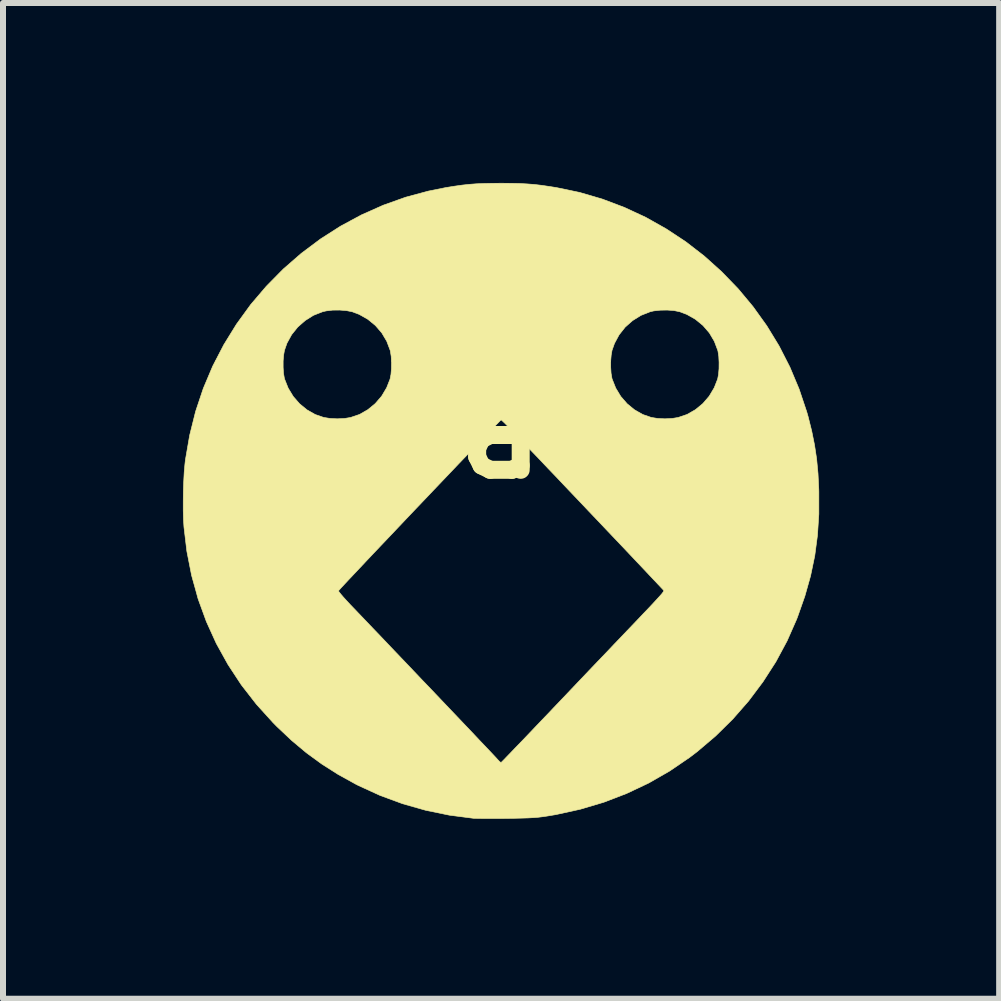
<source format=kicad_pcb>
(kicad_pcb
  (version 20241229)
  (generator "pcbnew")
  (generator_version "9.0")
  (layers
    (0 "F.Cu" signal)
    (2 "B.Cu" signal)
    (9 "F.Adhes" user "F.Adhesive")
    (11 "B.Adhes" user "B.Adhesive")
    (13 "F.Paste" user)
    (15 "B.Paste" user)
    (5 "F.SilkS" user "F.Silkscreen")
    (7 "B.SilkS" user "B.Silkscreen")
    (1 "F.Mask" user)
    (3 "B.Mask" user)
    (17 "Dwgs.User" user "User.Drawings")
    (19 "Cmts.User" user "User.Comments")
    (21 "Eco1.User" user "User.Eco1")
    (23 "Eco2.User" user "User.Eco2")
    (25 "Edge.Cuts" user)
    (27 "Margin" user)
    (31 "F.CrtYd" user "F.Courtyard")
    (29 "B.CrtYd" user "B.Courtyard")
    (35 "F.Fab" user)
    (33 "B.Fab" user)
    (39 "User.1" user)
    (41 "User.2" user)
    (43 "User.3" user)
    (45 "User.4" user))
  (footprint "a"
    (layer "F.Cu")
    (at 5.304 4.093)
    (property "Reference" "a" (at 0 0 0) (layer "F.SilkS") (effects (font (size 1.524 1.524) (thickness 0.3))))
    (attr through_hole)
    (fp_poly (pts (xy 0.164 -4.087) (xy 0.305 -4.084) (xy 0.431 -4.077) (xy 0.55 -4.068) (xy 0.67 -4.054) (xy 0.8 -4.035) (xy 0.921 -4.016) (xy 1.309 -3.935) (xy 1.688 -3.824) (xy 2.056 -3.685) (xy 2.411 -3.52) (xy 2.752 -3.328) (xy 3.078 -3.113) (xy 3.387 -2.874) (xy 3.677 -2.613) (xy 3.949 -2.332) (xy 4.2 -2.031) (xy 4.429 -1.712) (xy 4.634 -1.376) (xy 4.814 -1.024) (xy 4.968 -0.657) (xy 5.095 -0.278) (xy 5.118 -0.198) (xy 5.178 0.042) (xy 5.225 0.275) (xy 5.26 0.507) (xy 5.283 0.75) (xy 5.296 1.013) (xy 5.297 1.057) (xy 5.297 1.428) (xy 5.274 1.781) (xy 5.229 2.122) (xy 5.159 2.458) (xy 5.064 2.795) (xy 4.943 3.139) (xy 4.926 3.183) (xy 4.768 3.541) (xy 4.581 3.889) (xy 4.366 4.223) (xy 4.127 4.542) (xy 3.863 4.844) (xy 3.577 5.126) (xy 3.27 5.387) (xy 3.14 5.486) (xy 2.808 5.712) (xy 2.459 5.912) (xy 2.093 6.085) (xy 1.713 6.231) (xy 1.32 6.348) (xy 0.915 6.437) (xy 0.765 6.462) (xy 0.69 6.473) (xy 0.616 6.482) (xy 0.537 6.488) (xy 0.448 6.493) (xy 0.343 6.496) (xy 0.217 6.499) (xy 0.079 6.501) (xy -0.043 6.502) (xy -0.159 6.502) (xy -0.263 6.502) (xy -0.35 6.501) (xy -0.416 6.5) (xy -0.456 6.499) (xy -0.46 6.499) (xy -0.861 6.447) (xy -1.255 6.366) (xy -1.642 6.256) (xy -2.017 6.118) (xy -2.376 5.954) (xy -2.423 5.93) (xy -2.718 5.767) (xy -2.99 5.594) (xy -3.246 5.407) (xy -3.492 5.201) (xy -3.737 4.97) (xy -3.803 4.903) (xy -4.08 4.597) (xy -4.331 4.274) (xy -4.553 3.936) (xy -4.748 3.584) (xy -4.914 3.218) (xy -5.052 2.839) (xy -5.088 2.707) (xy -2.711 2.707) (xy -2.702 2.724) (xy -2.674 2.76) (xy -2.631 2.81) (xy -2.574 2.873) (xy -2.509 2.943) (xy -2.497 2.955) (xy -2.341 3.118) (xy -2.18 3.287) (xy -2.014 3.46) (xy -1.847 3.636) (xy -1.678 3.813) (xy -1.51 3.989) (xy -1.345 4.163) (xy -1.182 4.333) (xy -1.025 4.498) (xy -0.875 4.656) (xy -0.732 4.806) (xy -0.599 4.946) (xy -0.477 5.074) (xy -0.368 5.19) (xy -0.272 5.291) (xy -0.192 5.375) (xy -0.129 5.442) (xy -0.084 5.49) (xy -0.06 5.517) (xy -0.056 5.521) (xy -0.027 5.552) (xy -0.005 5.568) (xy -0.000211 5.569) (xy 0.012 5.557) (xy 0.045 5.524) (xy 0.096 5.471) (xy 0.164 5.401) (xy 0.247 5.314) (xy 0.344 5.214) (xy 0.452 5.101) (xy 0.57 4.977) (xy 0.697 4.844) (xy 0.83 4.705) (xy 0.858 4.675) (xy 1.007 4.519) (xy 1.16 4.358) (xy 1.314 4.196) (xy 1.467 4.035) (xy 1.615 3.88) (xy 1.756 3.733) (xy 1.885 3.597) (xy 2.001 3.476) (xy 2.1 3.372) (xy 2.15 3.32) (xy 2.278 3.186) (xy 2.385 3.073) (xy 2.474 2.98) (xy 2.546 2.903) (xy 2.602 2.842) (xy 2.645 2.795) (xy 2.676 2.76) (xy 2.696 2.734) (xy 2.708 2.717) (xy 2.712 2.706) (xy 2.712 2.701) (xy 2.701 2.688) (xy 2.669 2.654) (xy 2.619 2.601) (xy 2.552 2.53) (xy 2.47 2.443) (xy 2.374 2.341) (xy 2.267 2.228) (xy 2.149 2.103) (xy 2.023 1.97) (xy 1.89 1.83) (xy 1.752 1.685) (xy 1.611 1.536) (xy 1.467 1.385) (xy 1.324 1.234) (xy 1.182 1.085) (xy 1.043 0.939) (xy 0.91 0.798) (xy 0.782 0.665) (xy 0.664 0.54) (xy 0.555 0.426) (xy 0.457 0.325) (xy 0.412 0.278) (xy 0.341 0.204) (xy 0.266 0.125) (xy 0.195 0.05) (xy 0.136 -0.011) (xy 0.128 -0.02) (xy 0.079 -0.07) (xy 0.038 -0.11) (xy 0.01 -0.136) (xy -0.000209 -0.143) (xy -0.013 -0.132) (xy -0.045 -0.099) (xy -0.096 -0.047) (xy -0.165 0.024) (xy -0.248 0.11) (xy -0.345 0.211) (xy -0.455 0.325) (xy -0.575 0.451) (xy -0.704 0.585) (xy -0.84 0.728) (xy -0.982 0.877) (xy -1.128 1.03) (xy -1.276 1.186) (xy -1.426 1.343) (xy -1.574 1.499) (xy -1.72 1.653) (xy -1.862 1.803) (xy -1.999 1.947) (xy -2.129 2.084) (xy -2.249 2.211) (xy -2.359 2.328) (xy -2.457 2.432) (xy -2.542 2.522) (xy -2.611 2.596) (xy -2.664 2.653) (xy -2.697 2.69) (xy -2.711 2.706) (xy -2.711 2.707) (xy -5.088 2.707) (xy -5.16 2.449) (xy -5.239 2.047) (xy -5.287 1.644) (xy -5.295 1.518) (xy -5.299 1.371) (xy -5.299 1.21) (xy -5.297 1.044) (xy -5.291 0.881) (xy -5.283 0.729) (xy -5.271 0.595) (xy -5.263 0.524) (xy -5.192 0.113) (xy -5.093 -0.284) (xy -4.965 -0.667) (xy -4.816 -1.02) (xy -3.634 -1.02) (xy -3.628 -0.922) (xy -3.614 -0.84) (xy -3.61 -0.824) (xy -3.55 -0.673) (xy -3.466 -0.534) (xy -3.36 -0.412) (xy -3.237 -0.311) (xy -3.1 -0.233) (xy -2.958 -0.184) (xy -2.852 -0.167) (xy -2.73 -0.161) (xy -2.609 -0.167) (xy -2.51 -0.183) (xy -2.36 -0.234) (xy -2.222 -0.313) (xy -2.098 -0.415) (xy -1.992 -0.538) (xy -1.908 -0.679) (xy -1.851 -0.824) (xy -1.836 -0.901) (xy -1.828 -0.996) (xy -1.828 -1.02) (xy 1.827 -1.02) (xy 1.833 -0.922) (xy 1.847 -0.84) (xy 1.851 -0.824) (xy 1.911 -0.673) (xy 1.995 -0.534) (xy 2.101 -0.412) (xy 2.224 -0.311) (xy 2.361 -0.233) (xy 2.503 -0.184) (xy 2.609 -0.167) (xy 2.731 -0.161) (xy 2.852 -0.167) (xy 2.951 -0.183) (xy 3.101 -0.234) (xy 3.239 -0.313) (xy 3.363 -0.415) (xy 3.469 -0.538) (xy 3.553 -0.679) (xy 3.61 -0.824) (xy 3.625 -0.901) (xy 3.633 -0.996) (xy 3.634 -1.1) (xy 3.629 -1.2) (xy 3.616 -1.285) (xy 3.612 -1.302) (xy 3.555 -1.453) (xy 3.472 -1.593) (xy 3.365 -1.717) (xy 3.238 -1.821) (xy 3.095 -1.902) (xy 2.977 -1.946) (xy 2.881 -1.966) (xy 2.769 -1.974) (xy 2.653 -1.972) (xy 2.545 -1.96) (xy 2.484 -1.946) (xy 2.331 -1.885) (xy 2.191 -1.798) (xy 2.068 -1.689) (xy 1.967 -1.561) (xy 1.89 -1.418) (xy 1.849 -1.302) (xy 1.835 -1.222) (xy 1.827 -1.124) (xy 1.827 -1.02) (xy -1.828 -1.02) (xy -1.827 -1.1) (xy -1.832 -1.2) (xy -1.845 -1.285) (xy -1.849 -1.302) (xy -1.906 -1.453) (xy -1.989 -1.593) (xy -2.096 -1.717) (xy -2.223 -1.821) (xy -2.366 -1.902) (xy -2.484 -1.946) (xy -2.579 -1.965) (xy -2.691 -1.974) (xy -2.808 -1.973) (xy -2.916 -1.96) (xy -2.977 -1.946) (xy -3.129 -1.886) (xy -3.267 -1.799) (xy -3.39 -1.691) (xy -3.492 -1.564) (xy -3.57 -1.422) (xy -3.612 -1.302) (xy -3.626 -1.222) (xy -3.634 -1.124) (xy -3.634 -1.02) (xy -4.816 -1.02) (xy -4.809 -1.037) (xy -4.623 -1.396) (xy -4.412 -1.738) (xy -4.174 -2.066) (xy -3.913 -2.372) (xy -3.631 -2.658) (xy -3.33 -2.92) (xy -3.011 -3.159) (xy -2.676 -3.373) (xy -2.327 -3.561) (xy -1.965 -3.722) (xy -1.592 -3.855) (xy -1.21 -3.958) (xy -0.921 -4.016) (xy -0.777 -4.039) (xy -0.649 -4.057) (xy -0.53 -4.07) (xy -0.41 -4.079) (xy -0.282 -4.084) (xy -0.138 -4.087) (xy 0 -4.088) (xy 0.164 -4.087)) (stroke (width 0.01) (type solid)) (fill yes) (layer "F.SilkS")))
  (gr_rect
    (start -3 -3)
    (end 13.607 13.6)
    (stroke (width 0.1) (type default))
    (fill no)
    (layer "Edge.Cuts")))
</source>
